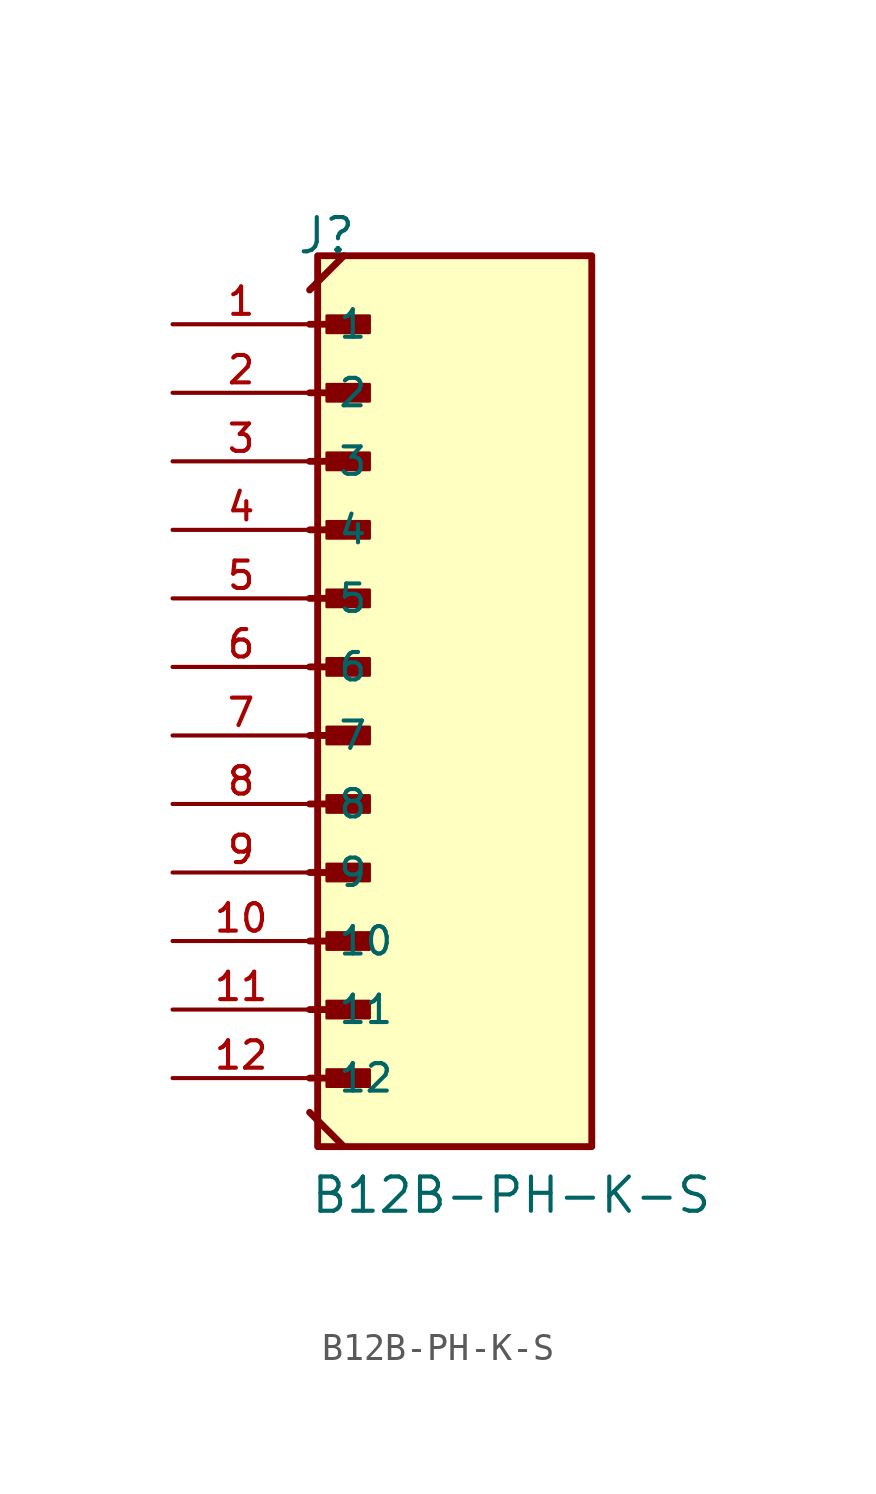
<source format=kicad_sym>
(kicad_symbol_lib
  (version 20211014)
  (generator kicad_symbol_editor)
  (symbol "B12B-PH-K-S"
    (pin_names
      (offset 1.016))
    (property "Reference" "J"
      (at -5.58 17.78 0)
      (effects (font (size 1.27 1.27)) (justify bottom left)))
    (property "Value" "B12B-PH-K-S"
      (at -5.08 -17.78 0)
      (effects (font (size 1.27 1.27)) (justify bottom left)))
    (symbol "B12B-PH-K-S_0_0"
      (polyline (pts (xy -5.08 15.24) (xy -3.175 15.24)) (stroke (width 0.254)))
      (rectangle (start -4.445 14.922) (end -2.857 15.557) (stroke (width 0.1)) (fill (type outline)))
      (polyline (pts (xy -5.08 12.7) (xy -3.175 12.7)) (stroke (width 0.254)))
      (rectangle (start -4.445 12.383) (end -2.857 13.018) (stroke (width 0.1)) (fill (type outline)))
      (polyline (pts (xy -5.08 10.16) (xy -3.175 10.16)) (stroke (width 0.254)))
      (rectangle (start -4.445 9.842) (end -2.857 10.477) (stroke (width 0.1)) (fill (type outline)))
      (polyline (pts (xy -5.08 7.62) (xy -3.175 7.62)) (stroke (width 0.254)))
      (rectangle (start -4.445 7.303) (end -2.857 7.938) (stroke (width 0.1)) (fill (type outline)))
      (polyline (pts (xy -5.08 5.08) (xy -3.175 5.08)) (stroke (width 0.254)))
      (rectangle (start -4.445 4.763) (end -2.857 5.397) (stroke (width 0.1)) (fill (type outline)))
      (polyline (pts (xy -5.08 2.54) (xy -3.175 2.54)) (stroke (width 0.254)))
      (rectangle (start -4.445 2.223) (end -2.857 2.857) (stroke (width 0.1)) (fill (type outline)))
      (polyline (pts (xy -5.08 0.0) (xy -3.175 0.0)) (stroke (width 0.254)))
      (rectangle (start -4.445 -0.318) (end -2.857 0.318) (stroke (width 0.1)) (fill (type outline)))
      (polyline (pts (xy -5.08 -2.54) (xy -3.175 -2.54)) (stroke (width 0.254)))
      (rectangle (start -4.445 -2.857) (end -2.857 -2.223) (stroke (width 0.1)) (fill (type outline)))
      (polyline (pts (xy -5.08 -5.08) (xy -3.175 -5.08)) (stroke (width 0.254)))
      (rectangle (start -4.445 -5.397) (end -2.857 -4.763) (stroke (width 0.1)) (fill (type outline)))
      (polyline (pts (xy -5.08 -7.62) (xy -3.175 -7.62)) (stroke (width 0.254)))
      (rectangle (start -4.445 -7.938) (end -2.857 -7.303) (stroke (width 0.1)) (fill (type outline)))
      (polyline (pts (xy -5.08 -10.16) (xy -3.175 -10.16)) (stroke (width 0.254)))
      (rectangle (start -4.445 -10.477) (end -2.857 -9.842) (stroke (width 0.1)) (fill (type outline)))
      (polyline (pts (xy -5.08 -12.7) (xy -3.175 -12.7)) (stroke (width 0.254)))
      (rectangle (start -4.445 -13.018) (end -2.857 -12.383) (stroke (width 0.1)) (fill (type outline)))
      (polyline (pts (xy -5.08 -13.97) (xy -3.81 -15.24)) (stroke (width 0.254)))
      (polyline (pts (xy -5.08 16.51) (xy -3.81 17.78)) (stroke (width 0.254)))
      (rectangle (start -4.782 -15.24) (end 5.378 17.78) (stroke (width 0.254)) (fill (type background)))
      (pin passive line (at -10.16 15.24 0) (length 5.08) (name "1" (effects (font (size 1.016 1.016)))) (number "1" (effects (font (size 1.016 1.016)))))
      (pin passive line (at -10.16 12.7 0) (length 5.08) (name "2" (effects (font (size 1.016 1.016)))) (number "2" (effects (font (size 1.016 1.016)))))
      (pin passive line (at -10.16 10.16 0) (length 5.08) (name "3" (effects (font (size 1.016 1.016)))) (number "3" (effects (font (size 1.016 1.016)))))
      (pin passive line (at -10.16 7.62 0) (length 5.08) (name "4" (effects (font (size 1.016 1.016)))) (number "4" (effects (font (size 1.016 1.016)))))
      (pin passive line (at -10.16 5.08 0) (length 5.08) (name "5" (effects (font (size 1.016 1.016)))) (number "5" (effects (font (size 1.016 1.016)))))
      (pin passive line (at -10.16 2.54 0) (length 5.08) (name "6" (effects (font (size 1.016 1.016)))) (number "6" (effects (font (size 1.016 1.016)))))
      (pin passive line (at -10.16 0.0 0) (length 5.08) (name "7" (effects (font (size 1.016 1.016)))) (number "7" (effects (font (size 1.016 1.016)))))
      (pin passive line (at -10.16 -2.54 0) (length 5.08) (name "8" (effects (font (size 1.016 1.016)))) (number "8" (effects (font (size 1.016 1.016)))))
      (pin passive line (at -10.16 -5.08 0) (length 5.08) (name "9" (effects (font (size 1.016 1.016)))) (number "9" (effects (font (size 1.016 1.016)))))
      (pin passive line (at -10.16 -7.62 0) (length 5.08) (name "10" (effects (font (size 1.016 1.016)))) (number "10" (effects (font (size 1.016 1.016)))))
      (pin passive line (at -10.16 -10.16 0) (length 5.08) (name "11" (effects (font (size 1.016 1.016)))) (number "11" (effects (font (size 1.016 1.016)))))
      (pin passive line (at -10.16 -12.7 0) (length 5.08) (name "12" (effects (font (size 1.016 1.016)))) (number "12" (effects (font (size 1.016 1.016))))))))
</source>
